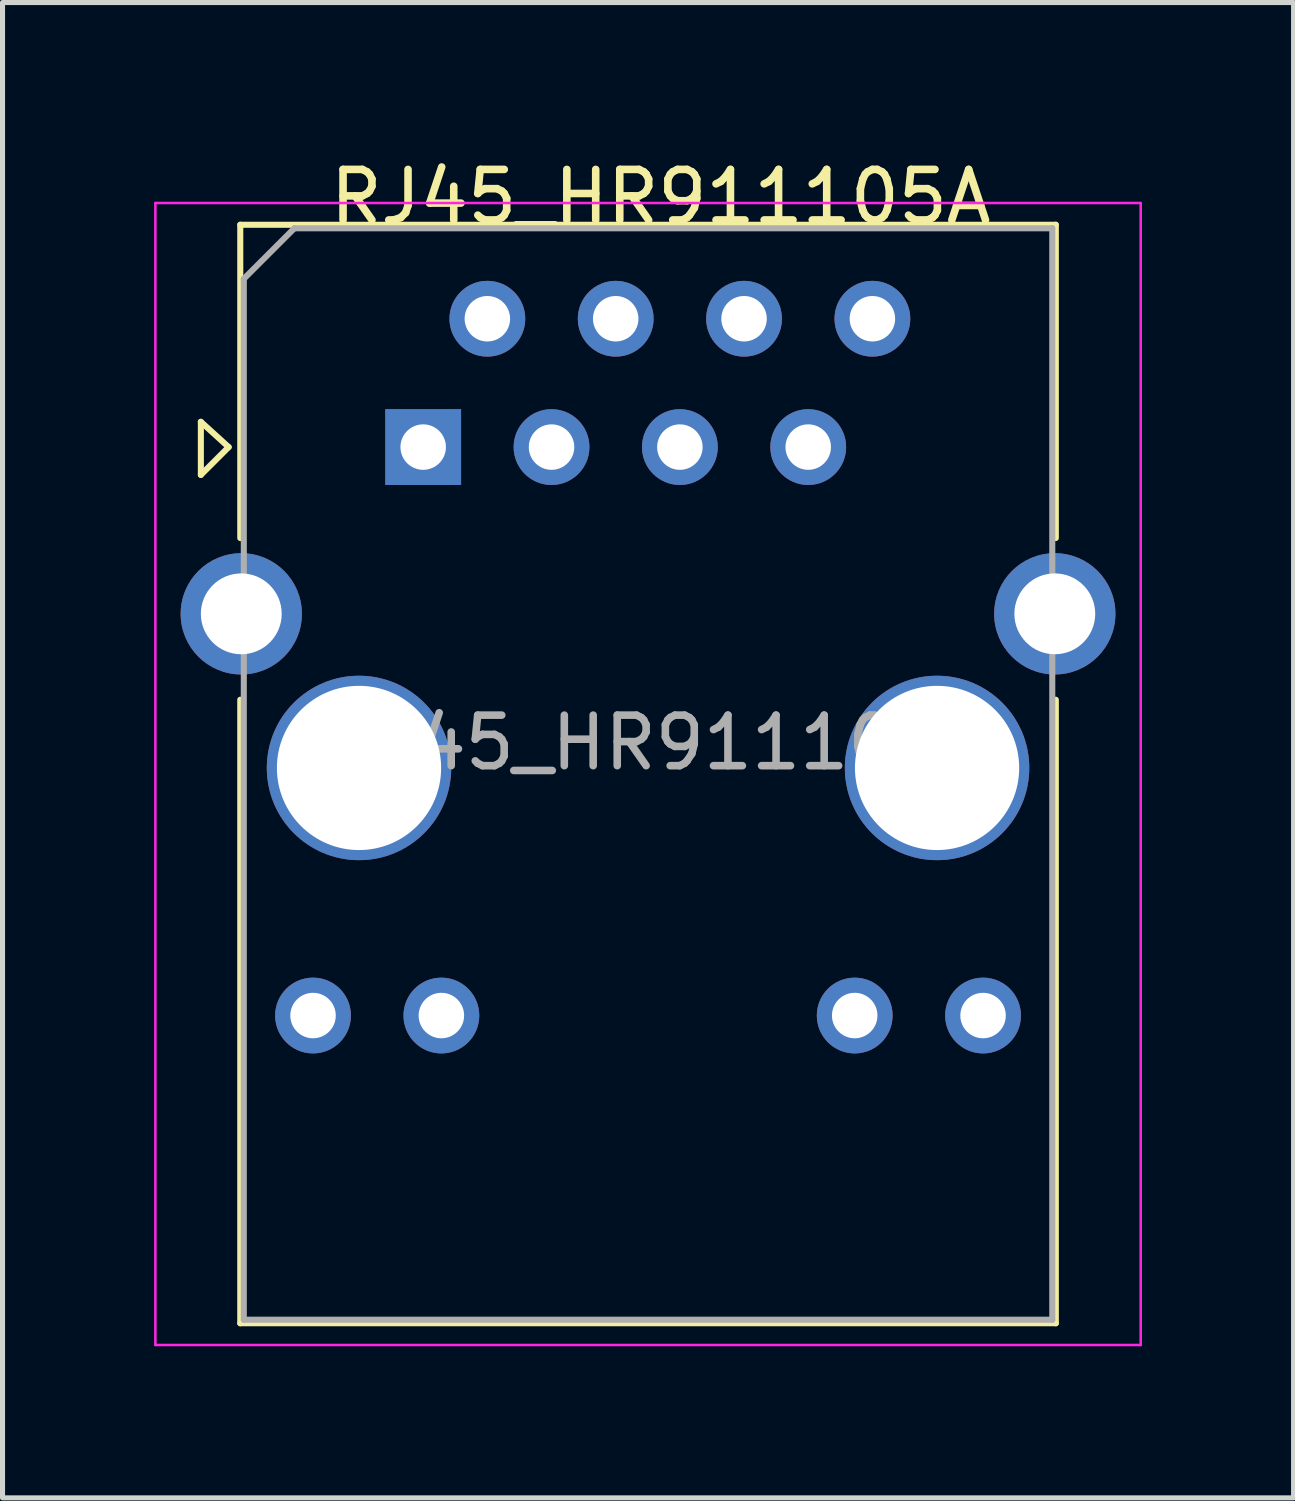
<source format=kicad_pcb>
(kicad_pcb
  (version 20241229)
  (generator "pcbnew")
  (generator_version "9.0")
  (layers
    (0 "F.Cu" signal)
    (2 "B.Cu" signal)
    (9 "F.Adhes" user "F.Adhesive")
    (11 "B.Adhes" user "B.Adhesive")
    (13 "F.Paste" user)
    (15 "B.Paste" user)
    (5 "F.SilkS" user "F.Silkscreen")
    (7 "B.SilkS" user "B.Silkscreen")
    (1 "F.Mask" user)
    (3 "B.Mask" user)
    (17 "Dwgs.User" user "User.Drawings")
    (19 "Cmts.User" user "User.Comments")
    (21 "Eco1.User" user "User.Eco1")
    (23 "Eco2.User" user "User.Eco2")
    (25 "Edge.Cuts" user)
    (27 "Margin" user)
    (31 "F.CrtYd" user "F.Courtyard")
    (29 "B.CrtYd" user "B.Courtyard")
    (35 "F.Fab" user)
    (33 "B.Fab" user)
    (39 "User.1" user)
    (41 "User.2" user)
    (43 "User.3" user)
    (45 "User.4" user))
  (footprint "RJ45_HR911105A"
    (layer "F.Cu")
    (at 5.325 5.798)
    (property "Reference" "RJ45_HR911105A" (at 4.7 -4.95 0) (layer "F.SilkS") (effects (font (size 1 1) (thickness 0.15))))
    (attr through_hole)
    (fp_line (start -4.4 -0.5) (end -4.4 0.55) (stroke (width 0.12) (type solid)) (layer "F.SilkS"))
    (fp_line (start -4.4 0.55) (end -3.85 0) (stroke (width 0.12) (type solid)) (layer "F.SilkS"))
    (fp_line (start -3.85 0) (end -4.4 -0.5) (stroke (width 0.12) (type solid)) (layer "F.SilkS"))
    (fp_line (start -3.62 -4.4) (end -3.62 1.8) (stroke (width 0.12) (type solid)) (layer "F.SilkS"))
    (fp_line (start -3.62 5) (end -3.62 17.34) (stroke (width 0.12) (type solid)) (layer "F.SilkS"))
    (fp_line (start -3.62 17.34) (end 12.52 17.34) (stroke (width 0.12) (type solid)) (layer "F.SilkS"))
    (fp_line (start 12.52 -4.4) (end -3.62 -4.4) (stroke (width 0.12) (type solid)) (layer "F.SilkS"))
    (fp_line (start 12.52 -4.4) (end 12.52 1.8) (stroke (width 0.12) (type solid)) (layer "F.SilkS"))
    (fp_line (start 12.52 5) (end 12.52 17.34) (stroke (width 0.12) (type solid)) (layer "F.SilkS"))
    (fp_line (start -5.3 -4.83) (end -5.3 17.77) (stroke (width 0.05) (type solid)) (layer "F.CrtYd"))
    (fp_line (start -5.3 -4.83) (end 14.2 -4.83) (stroke (width 0.05) (type solid)) (layer "F.CrtYd"))
    (fp_line (start 14.2 17.77) (end -5.3 17.77) (stroke (width 0.05) (type solid)) (layer "F.CrtYd"))
    (fp_line (start 14.2 17.77) (end 14.2 -4.83) (stroke (width 0.05) (type solid)) (layer "F.CrtYd"))
    (fp_line (start -3.55 17.27) (end -3.55 -3.33) (stroke (width 0.12) (type solid)) (layer "F.Fab"))
    (fp_line (start -2.55 -4.33) (end -3.55 -3.33) (stroke (width 0.12) (type solid)) (layer "F.Fab"))
    (fp_line (start -2.55 -4.33) (end 12.45 -4.33) (stroke (width 0.12) (type solid)) (layer "F.Fab"))
    (fp_line (start 12.45 -4.33) (end 12.45 17.27) (stroke (width 0.12) (type solid)) (layer "F.Fab"))
    (fp_line (start 12.45 17.27) (end -3.55 17.27) (stroke (width 0.12) (type solid)) (layer "F.Fab"))
    (fp_text user "${REFERENCE}" (at 4.65 5.85 0) (layer "F.Fab") (effects (font (size 1 1) (thickness 0.15))))
    (pad "" np_thru_hole circle (at -1.27 6.35) (size 3.65 3.65) (drill 3.25) (layers "*.Cu" "*.Mask"))
    (pad "" np_thru_hole circle (at 10.17 6.35) (size 3.65 3.65) (drill 3.25) (layers "*.Cu" "*.Mask"))
    (pad "1" thru_hole rect (at 0 0) (size 1.5 1.5) (drill 0.9) (layers "*.Cu" "*.Mask"))
    (pad "2" thru_hole circle (at 1.27 -2.54) (size 1.5 1.5) (drill 0.9) (layers "*.Cu" "*.Mask"))
    (pad "3" thru_hole circle (at 2.54 0) (size 1.5 1.5) (drill 0.9) (layers "*.Cu" "*.Mask"))
    (pad "4" thru_hole circle (at 3.81 -2.54) (size 1.5 1.5) (drill 0.9) (layers "*.Cu" "*.Mask"))
    (pad "5" thru_hole circle (at 5.08 0) (size 1.5 1.5) (drill 0.9) (layers "*.Cu" "*.Mask"))
    (pad "6" thru_hole circle (at 6.35 -2.54) (size 1.5 1.5) (drill 0.9) (layers "*.Cu" "*.Mask"))
    (pad "7" thru_hole circle (at 7.62 0) (size 1.5 1.5) (drill 0.9) (layers "*.Cu" "*.Mask"))
    (pad "8" thru_hole circle (at 8.89 -2.54) (size 1.5 1.5) (drill 0.9) (layers "*.Cu" "*.Mask"))
    (pad "9" thru_hole circle (at -2.18 11.25) (size 1.5 1.5) (drill 0.9) (layers "*.Cu" "*.Mask"))
    (pad "10" thru_hole circle (at 0.36 11.25) (size 1.5 1.5) (drill 0.9) (layers "*.Cu" "*.Mask"))
    (pad "11" thru_hole circle (at 8.54 11.25) (size 1.5 1.5) (drill 0.9) (layers "*.Cu" "*.Mask"))
    (pad "12" thru_hole circle (at 11.08 11.25) (size 1.5 1.5) (drill 0.9) (layers "*.Cu" "*.Mask"))
    (pad "13" thru_hole circle (at -3.6 3.3) (size 2.4 2.4) (drill 1.6) (layers "*.Cu" "*.Mask"))
    (pad "13" thru_hole circle (at 12.5 3.3) (size 2.4 2.4) (drill 1.6) (layers "*.Cu" "*.Mask")))
  (gr_rect
    (start -3 -3)
    (end 22.55 26.593)
    (stroke (width 0.1) (type default))
    (fill no)
    (layer "Edge.Cuts")))
</source>
